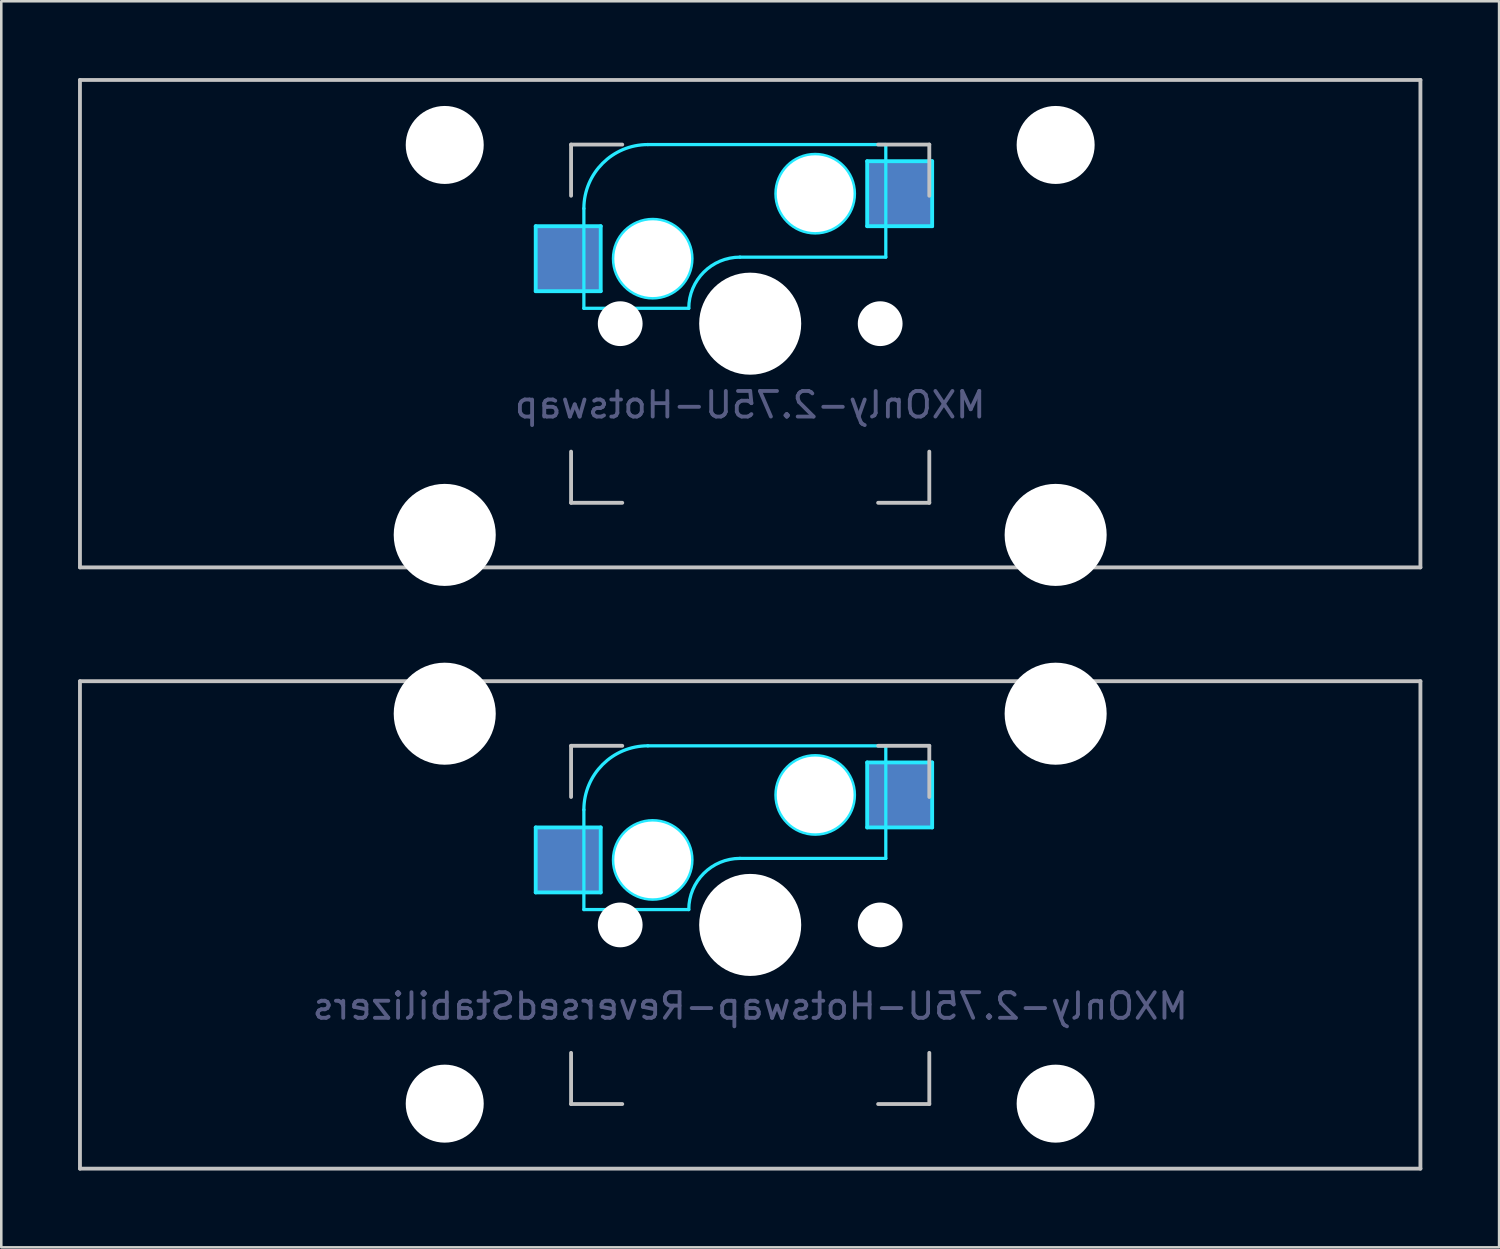
<source format=kicad_pcb>
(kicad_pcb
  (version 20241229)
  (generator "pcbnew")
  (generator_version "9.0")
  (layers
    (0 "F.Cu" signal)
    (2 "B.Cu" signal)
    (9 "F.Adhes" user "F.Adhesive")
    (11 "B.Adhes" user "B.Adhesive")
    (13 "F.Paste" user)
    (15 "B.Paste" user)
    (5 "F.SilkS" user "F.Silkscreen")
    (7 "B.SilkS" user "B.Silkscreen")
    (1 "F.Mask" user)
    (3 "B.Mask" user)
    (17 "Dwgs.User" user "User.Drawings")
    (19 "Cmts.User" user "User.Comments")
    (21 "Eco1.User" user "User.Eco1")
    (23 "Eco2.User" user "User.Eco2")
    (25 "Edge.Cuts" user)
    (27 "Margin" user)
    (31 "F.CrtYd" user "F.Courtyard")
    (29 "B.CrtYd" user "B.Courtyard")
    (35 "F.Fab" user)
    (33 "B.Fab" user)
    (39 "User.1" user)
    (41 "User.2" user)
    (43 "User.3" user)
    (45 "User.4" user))
  (footprint "MXOnly-2.75U-Hotswap-ReversedStabilizers"
    (layer "F.Cu")
    (at 26.269 33.098)
    (property "Reference" "MXOnly-2.75U-Hotswap-ReversedStabilizers" (at 0 3.175 0) (layer "B.Fab") (effects (font (size 1 1) (thickness 0.15)) (justify mirror)))
    (attr smd)
    (fp_line (start -26.194 -9.525) (end 26.194 -9.525) (stroke (width 0.15) (type solid)) (layer "Dwgs.User"))
    (fp_line (start -26.194 9.525) (end -26.194 -9.525) (stroke (width 0.15) (type solid)) (layer "Dwgs.User"))
    (fp_line (start -7 -7) (end -7 -5) (stroke (width 0.15) (type solid)) (layer "Dwgs.User"))
    (fp_line (start -7 5) (end -7 7) (stroke (width 0.15) (type solid)) (layer "Dwgs.User"))
    (fp_line (start -7 7) (end -5 7) (stroke (width 0.15) (type solid)) (layer "Dwgs.User"))
    (fp_line (start -5 -7) (end -7 -7) (stroke (width 0.15) (type solid)) (layer "Dwgs.User"))
    (fp_line (start 5 -7) (end 7 -7) (stroke (width 0.15) (type solid)) (layer "Dwgs.User"))
    (fp_line (start 5 7) (end 7 7) (stroke (width 0.15) (type solid)) (layer "Dwgs.User"))
    (fp_line (start 7 -7) (end 7 -5) (stroke (width 0.15) (type solid)) (layer "Dwgs.User"))
    (fp_line (start 7 7) (end 7 5) (stroke (width 0.15) (type solid)) (layer "Dwgs.User"))
    (fp_line (start 26.194 -9.525) (end 26.194 9.525) (stroke (width 0.15) (type solid)) (layer "Dwgs.User"))
    (fp_line (start 26.194 9.525) (end -26.194 9.525) (stroke (width 0.15) (type solid)) (layer "Dwgs.User"))
    (fp_line (start -8.382 -3.81) (end -5.842 -3.81) (stroke (width 0.15) (type solid)) (layer "B.CrtYd"))
    (fp_line (start -8.382 -1.27) (end -8.382 -3.81) (stroke (width 0.15) (type solid)) (layer "B.CrtYd"))
    (fp_line (start -6.5 -4.5) (end -6.5 -0.6) (stroke (width 0.127) (type solid)) (layer "B.CrtYd"))
    (fp_line (start -6.5 -0.6) (end -2.4 -0.6) (stroke (width 0.127) (type solid)) (layer "B.CrtYd"))
    (fp_line (start -5.842 -3.81) (end -5.842 -1.27) (stroke (width 0.15) (type solid)) (layer "B.CrtYd"))
    (fp_line (start -5.842 -1.27) (end -8.382 -1.27) (stroke (width 0.15) (type solid)) (layer "B.CrtYd"))
    (fp_line (start -0.4 -2.6) (end 5.3 -2.6) (stroke (width 0.127) (type solid)) (layer "B.CrtYd"))
    (fp_line (start 4.572 -6.35) (end 7.112 -6.35) (stroke (width 0.15) (type solid)) (layer "B.CrtYd"))
    (fp_line (start 4.572 -3.81) (end 4.572 -6.35) (stroke (width 0.15) (type solid)) (layer "B.CrtYd"))
    (fp_line (start 5.3 -7) (end -4 -7) (stroke (width 0.127) (type solid)) (layer "B.CrtYd"))
    (fp_line (start 5.3 -7) (end 5.3 -2.6) (stroke (width 0.127) (type solid)) (layer "B.CrtYd"))
    (fp_line (start 7.112 -6.35) (end 7.112 -3.81) (stroke (width 0.15) (type solid)) (layer "B.CrtYd"))
    (fp_line (start 7.112 -3.81) (end 4.572 -3.81) (stroke (width 0.15) (type solid)) (layer "B.CrtYd"))
    (fp_arc (start -6.5 -4.5) (mid -5.767767 -6.267767) (end -4 -7) (stroke (width 0.127) (type solid)) (layer "B.CrtYd"))
    (fp_arc (start -2.4 -0.6) (mid -1.814214 -2.014214) (end -0.4 -2.6) (stroke (width 0.127) (type solid)) (layer "B.CrtYd"))
    (fp_circle (center -3.81 -2.54) (end -3.81 -4.064) (stroke (width 0.15) (type solid)) (fill no) (layer "B.CrtYd"))
    (fp_circle (center 2.54 -5.08) (end 2.54 -6.604) (stroke (width 0.15) (type solid)) (fill no) (layer "B.CrtYd"))
    (pad "" np_thru_hole circle (at -11.938 -8.255) (size 3.988 3.988) (drill 3.988) (layers "*.Cu" "*.Mask"))
    (pad "" np_thru_hole circle (at -11.938 6.985) (size 3.048 3.048) (drill 3.048) (layers "*.Cu" "*.Mask"))
    (pad "" np_thru_hole circle (at -5.08 0 48.1) (size 1.75 1.75) (drill 1.75) (layers "*.Cu" "*.Mask"))
    (pad "" np_thru_hole circle (at -3.81 -2.54) (size 3 3) (drill 3) (layers "*.Cu" "*.Mask"))
    (pad "" np_thru_hole circle (at 0 0) (size 3.988 3.988) (drill 3.988) (layers "*.Cu" "*.Mask"))
    (pad "" np_thru_hole circle (at 2.54 -5.08) (size 3 3) (drill 3) (layers "*.Cu" "*.Mask"))
    (pad "" np_thru_hole circle (at 5.08 0 48.1) (size 1.75 1.75) (drill 1.75) (layers "*.Cu" "*.Mask"))
    (pad "" np_thru_hole circle (at 11.938 -8.255) (size 3.988 3.988) (drill 3.988) (layers "*.Cu" "*.Mask"))
    (pad "" np_thru_hole circle (at 11.938 6.985) (size 3.048 3.048) (drill 3.048) (layers "*.Cu" "*.Mask"))
    (pad "1" smd rect (at -7.085 -2.54) (size 2.55 2.5) (layers "B.Cu" "B.Mask" "B.Paste"))
    (pad "2" smd rect (at 5.842 -5.08) (size 2.55 2.5) (layers "B.Cu" "B.Mask" "B.Paste")))
  (footprint "MXOnly-2.75U-Hotswap"
    (layer "F.Cu")
    (at 26.269 9.6)
    (property "Reference" "MXOnly-2.75U-Hotswap" (at 0 3.175 0) (layer "B.Fab") (effects (font (size 1 1) (thickness 0.15)) (justify mirror)))
    (attr smd)
    (fp_line (start -26.194 -9.525) (end 26.194 -9.525) (stroke (width 0.15) (type solid)) (layer "Dwgs.User"))
    (fp_line (start -26.194 9.525) (end -26.194 -9.525) (stroke (width 0.15) (type solid)) (layer "Dwgs.User"))
    (fp_line (start -7 -7) (end -7 -5) (stroke (width 0.15) (type solid)) (layer "Dwgs.User"))
    (fp_line (start -7 5) (end -7 7) (stroke (width 0.15) (type solid)) (layer "Dwgs.User"))
    (fp_line (start -7 7) (end -5 7) (stroke (width 0.15) (type solid)) (layer "Dwgs.User"))
    (fp_line (start -5 -7) (end -7 -7) (stroke (width 0.15) (type solid)) (layer "Dwgs.User"))
    (fp_line (start 5 -7) (end 7 -7) (stroke (width 0.15) (type solid)) (layer "Dwgs.User"))
    (fp_line (start 5 7) (end 7 7) (stroke (width 0.15) (type solid)) (layer "Dwgs.User"))
    (fp_line (start 7 -7) (end 7 -5) (stroke (width 0.15) (type solid)) (layer "Dwgs.User"))
    (fp_line (start 7 7) (end 7 5) (stroke (width 0.15) (type solid)) (layer "Dwgs.User"))
    (fp_line (start 26.194 -9.525) (end 26.194 9.525) (stroke (width 0.15) (type solid)) (layer "Dwgs.User"))
    (fp_line (start 26.194 9.525) (end -26.194 9.525) (stroke (width 0.15) (type solid)) (layer "Dwgs.User"))
    (fp_line (start -8.382 -3.81) (end -5.842 -3.81) (stroke (width 0.15) (type solid)) (layer "B.CrtYd"))
    (fp_line (start -8.382 -1.27) (end -8.382 -3.81) (stroke (width 0.15) (type solid)) (layer "B.CrtYd"))
    (fp_line (start -6.5 -4.5) (end -6.5 -0.6) (stroke (width 0.127) (type solid)) (layer "B.CrtYd"))
    (fp_line (start -6.5 -0.6) (end -2.4 -0.6) (stroke (width 0.127) (type solid)) (layer "B.CrtYd"))
    (fp_line (start -5.842 -3.81) (end -5.842 -1.27) (stroke (width 0.15) (type solid)) (layer "B.CrtYd"))
    (fp_line (start -5.842 -1.27) (end -8.382 -1.27) (stroke (width 0.15) (type solid)) (layer "B.CrtYd"))
    (fp_line (start -0.4 -2.6) (end 5.3 -2.6) (stroke (width 0.127) (type solid)) (layer "B.CrtYd"))
    (fp_line (start 4.572 -6.35) (end 7.112 -6.35) (stroke (width 0.15) (type solid)) (layer "B.CrtYd"))
    (fp_line (start 4.572 -3.81) (end 4.572 -6.35) (stroke (width 0.15) (type solid)) (layer "B.CrtYd"))
    (fp_line (start 5.3 -7) (end -4 -7) (stroke (width 0.127) (type solid)) (layer "B.CrtYd"))
    (fp_line (start 5.3 -7) (end 5.3 -2.6) (stroke (width 0.127) (type solid)) (layer "B.CrtYd"))
    (fp_line (start 7.112 -6.35) (end 7.112 -3.81) (stroke (width 0.15) (type solid)) (layer "B.CrtYd"))
    (fp_line (start 7.112 -3.81) (end 4.572 -3.81) (stroke (width 0.15) (type solid)) (layer "B.CrtYd"))
    (fp_arc (start -6.5 -4.5) (mid -5.767767 -6.267767) (end -4 -7) (stroke (width 0.127) (type solid)) (layer "B.CrtYd"))
    (fp_arc (start -2.4 -0.6) (mid -1.814214 -2.014214) (end -0.4 -2.6) (stroke (width 0.127) (type solid)) (layer "B.CrtYd"))
    (fp_circle (center -3.81 -2.54) (end -3.81 -4.064) (stroke (width 0.15) (type solid)) (fill no) (layer "B.CrtYd"))
    (fp_circle (center 2.54 -5.08) (end 2.54 -6.604) (stroke (width 0.15) (type solid)) (fill no) (layer "B.CrtYd"))
    (pad "" np_thru_hole circle (at -11.938 -6.985) (size 3.048 3.048) (drill 3.048) (layers "*.Cu" "*.Mask"))
    (pad "" np_thru_hole circle (at -11.938 8.255) (size 3.988 3.988) (drill 3.988) (layers "*.Cu" "*.Mask"))
    (pad "" np_thru_hole circle (at -5.08 0 48.1) (size 1.75 1.75) (drill 1.75) (layers "*.Cu" "*.Mask"))
    (pad "" np_thru_hole circle (at -3.81 -2.54) (size 3 3) (drill 3) (layers "*.Cu" "*.Mask"))
    (pad "" np_thru_hole circle (at 0 0) (size 3.988 3.988) (drill 3.988) (layers "*.Cu" "*.Mask"))
    (pad "" np_thru_hole circle (at 2.54 -5.08) (size 3 3) (drill 3) (layers "*.Cu" "*.Mask"))
    (pad "" np_thru_hole circle (at 5.08 0 48.1) (size 1.75 1.75) (drill 1.75) (layers "*.Cu" "*.Mask"))
    (pad "" np_thru_hole circle (at 11.938 -6.985) (size 3.048 3.048) (drill 3.048) (layers "*.Cu" "*.Mask"))
    (pad "" np_thru_hole circle (at 11.938 8.255) (size 3.988 3.988) (drill 3.988) (layers "*.Cu" "*.Mask"))
    (pad "1" smd rect (at -7.085 -2.54) (size 2.55 2.5) (layers "B.Cu" "B.Mask" "B.Paste"))
    (pad "2" smd rect (at 5.842 -5.08) (size 2.55 2.5) (layers "B.Cu" "B.Mask" "B.Paste")))
  (gr_rect
    (start -3 -3)
    (end 55.538 45.698)
    (stroke (width 0.1) (type default))
    (fill no)
    (layer "Edge.Cuts")))
</source>
